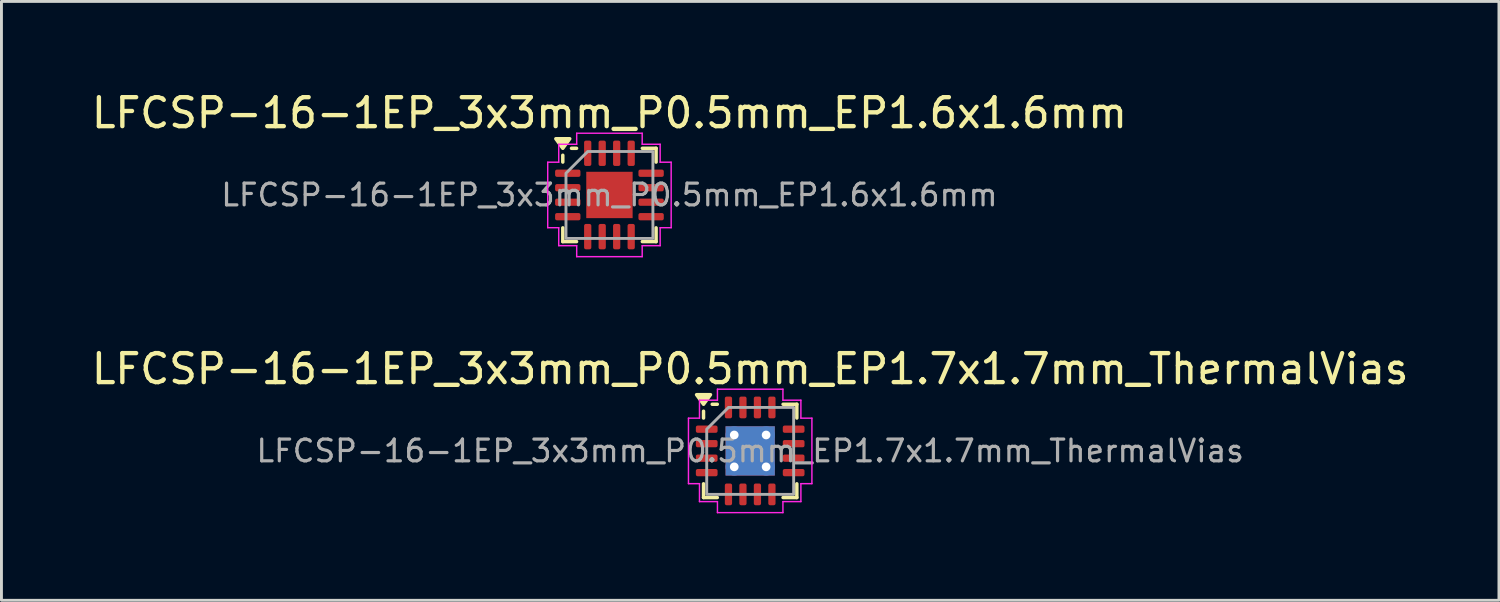
<source format=kicad_pcb>
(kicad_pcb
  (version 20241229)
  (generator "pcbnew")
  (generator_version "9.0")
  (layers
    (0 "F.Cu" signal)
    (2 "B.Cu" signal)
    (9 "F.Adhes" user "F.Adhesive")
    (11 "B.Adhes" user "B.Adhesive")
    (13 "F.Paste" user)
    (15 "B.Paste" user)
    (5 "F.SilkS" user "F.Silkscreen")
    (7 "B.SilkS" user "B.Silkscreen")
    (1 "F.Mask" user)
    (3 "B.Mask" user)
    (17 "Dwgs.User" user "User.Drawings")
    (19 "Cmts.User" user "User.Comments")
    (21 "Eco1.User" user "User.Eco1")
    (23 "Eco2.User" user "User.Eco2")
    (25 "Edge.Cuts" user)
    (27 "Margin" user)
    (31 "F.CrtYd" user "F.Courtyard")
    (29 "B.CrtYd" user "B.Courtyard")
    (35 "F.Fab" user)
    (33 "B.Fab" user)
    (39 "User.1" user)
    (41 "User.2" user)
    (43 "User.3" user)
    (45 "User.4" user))
  (footprint "LFCSP-16-1EP_3x3mm_P0.5mm_EP1.7x1.7mm_ThermalVias"
    (layer "F.Cu")
    (at 22.839 12.511)
    (property "Reference" "LFCSP-16-1EP_3x3mm_P0.5mm_EP1.7x1.7mm_ThermalVias" (at 0 -2.83 0) (layer "F.SilkS") (effects (font (size 1 1) (thickness 0.15))))
    (attr smd)
    (fp_line (start -1.61 -1.135) (end -1.61 -1.37) (stroke (width 0.12) (type solid)) (layer "F.SilkS"))
    (fp_line (start -1.61 1.61) (end -1.61 1.135) (stroke (width 0.12) (type solid)) (layer "F.SilkS"))
    (fp_line (start -1.135 -1.61) (end -1.31 -1.61) (stroke (width 0.12) (type solid)) (layer "F.SilkS"))
    (fp_line (start -1.135 1.61) (end -1.61 1.61) (stroke (width 0.12) (type solid)) (layer "F.SilkS"))
    (fp_line (start 1.135 -1.61) (end 1.61 -1.61) (stroke (width 0.12) (type solid)) (layer "F.SilkS"))
    (fp_line (start 1.135 1.61) (end 1.61 1.61) (stroke (width 0.12) (type solid)) (layer "F.SilkS"))
    (fp_line (start 1.61 -1.61) (end 1.61 -1.135) (stroke (width 0.12) (type solid)) (layer "F.SilkS"))
    (fp_line (start 1.61 1.61) (end 1.61 1.135) (stroke (width 0.12) (type solid)) (layer "F.SilkS"))
    (fp_poly (pts (xy -1.61 -1.61) (xy -1.85 -1.94) (xy -1.37 -1.94)) (stroke (width 0.12) (type solid)) (fill yes) (layer "F.SilkS"))
    (fp_line (start -2.13 -1.13) (end -1.75 -1.13) (stroke (width 0.05) (type solid)) (layer "F.CrtYd"))
    (fp_line (start -2.13 1.13) (end -2.13 -1.13) (stroke (width 0.05) (type solid)) (layer "F.CrtYd"))
    (fp_line (start -1.75 -1.75) (end -1.13 -1.75) (stroke (width 0.05) (type solid)) (layer "F.CrtYd"))
    (fp_line (start -1.75 -1.13) (end -1.75 -1.75) (stroke (width 0.05) (type solid)) (layer "F.CrtYd"))
    (fp_line (start -1.75 1.13) (end -2.13 1.13) (stroke (width 0.05) (type solid)) (layer "F.CrtYd"))
    (fp_line (start -1.75 1.75) (end -1.75 1.13) (stroke (width 0.05) (type solid)) (layer "F.CrtYd"))
    (fp_line (start -1.13 -2.13) (end 1.13 -2.13) (stroke (width 0.05) (type solid)) (layer "F.CrtYd"))
    (fp_line (start -1.13 -1.75) (end -1.13 -2.13) (stroke (width 0.05) (type solid)) (layer "F.CrtYd"))
    (fp_line (start -1.13 1.75) (end -1.75 1.75) (stroke (width 0.05) (type solid)) (layer "F.CrtYd"))
    (fp_line (start -1.13 2.13) (end -1.13 1.75) (stroke (width 0.05) (type solid)) (layer "F.CrtYd"))
    (fp_line (start 1.13 -2.13) (end 1.13 -1.75) (stroke (width 0.05) (type solid)) (layer "F.CrtYd"))
    (fp_line (start 1.13 -1.75) (end 1.75 -1.75) (stroke (width 0.05) (type solid)) (layer "F.CrtYd"))
    (fp_line (start 1.13 1.75) (end 1.13 2.13) (stroke (width 0.05) (type solid)) (layer "F.CrtYd"))
    (fp_line (start 1.13 2.13) (end -1.13 2.13) (stroke (width 0.05) (type solid)) (layer "F.CrtYd"))
    (fp_line (start 1.75 -1.75) (end 1.75 -1.13) (stroke (width 0.05) (type solid)) (layer "F.CrtYd"))
    (fp_line (start 1.75 -1.13) (end 2.13 -1.13) (stroke (width 0.05) (type solid)) (layer "F.CrtYd"))
    (fp_line (start 1.75 1.13) (end 1.75 1.75) (stroke (width 0.05) (type solid)) (layer "F.CrtYd"))
    (fp_line (start 1.75 1.75) (end 1.13 1.75) (stroke (width 0.05) (type solid)) (layer "F.CrtYd"))
    (fp_line (start 2.13 -1.13) (end 2.13 1.13) (stroke (width 0.05) (type solid)) (layer "F.CrtYd"))
    (fp_line (start 2.13 1.13) (end 1.75 1.13) (stroke (width 0.05) (type solid)) (layer "F.CrtYd"))
    (fp_poly (pts (xy -1.5 -0.75) (xy -1.5 1.5) (xy 1.5 1.5) (xy 1.5 -1.5) (xy -0.75 -1.5)) (stroke (width 0.1) (type solid)) (fill no) (layer "F.Fab"))
    (fp_text user "${REFERENCE}" (at 0 0 0) (layer "F.Fab") (effects (font (size 0.75 0.75) (thickness 0.11))))
    (pad "" smd roundrect (at -0.425 -0.425) (size 0.74 0.74) (layers "F.Paste") (roundrect_rratio 0.25))
    (pad "" smd roundrect (at -0.425 0.425) (size 0.74 0.74) (layers "F.Paste") (roundrect_rratio 0.25))
    (pad "" smd roundrect (at 0.425 -0.425) (size 0.74 0.74) (layers "F.Paste") (roundrect_rratio 0.25))
    (pad "" smd roundrect (at 0.425 0.425) (size 0.74 0.74) (layers "F.Paste") (roundrect_rratio 0.25))
    (pad "1" smd roundrect (at -1.5 -0.75) (size 0.75 0.25) (layers "F.Cu" "F.Mask" "F.Paste") (roundrect_rratio 0.25))
    (pad "2" smd roundrect (at -1.5 -0.25) (size 0.75 0.25) (layers "F.Cu" "F.Mask" "F.Paste") (roundrect_rratio 0.25))
    (pad "3" smd roundrect (at -1.5 0.25) (size 0.75 0.25) (layers "F.Cu" "F.Mask" "F.Paste") (roundrect_rratio 0.25))
    (pad "4" smd roundrect (at -1.5 0.75) (size 0.75 0.25) (layers "F.Cu" "F.Mask" "F.Paste") (roundrect_rratio 0.25))
    (pad "5" smd roundrect (at -0.75 1.5) (size 0.25 0.75) (layers "F.Cu" "F.Mask" "F.Paste") (roundrect_rratio 0.25))
    (pad "6" smd roundrect (at -0.25 1.5) (size 0.25 0.75) (layers "F.Cu" "F.Mask" "F.Paste") (roundrect_rratio 0.25))
    (pad "7" smd roundrect (at 0.25 1.5) (size 0.25 0.75) (layers "F.Cu" "F.Mask" "F.Paste") (roundrect_rratio 0.25))
    (pad "8" smd roundrect (at 0.75 1.5) (size 0.25 0.75) (layers "F.Cu" "F.Mask" "F.Paste") (roundrect_rratio 0.25))
    (pad "9" smd roundrect (at 1.5 0.75) (size 0.75 0.25) (layers "F.Cu" "F.Mask" "F.Paste") (roundrect_rratio 0.25))
    (pad "10" smd roundrect (at 1.5 0.25) (size 0.75 0.25) (layers "F.Cu" "F.Mask" "F.Paste") (roundrect_rratio 0.25))
    (pad "11" smd roundrect (at 1.5 -0.25) (size 0.75 0.25) (layers "F.Cu" "F.Mask" "F.Paste") (roundrect_rratio 0.25))
    (pad "12" smd roundrect (at 1.5 -0.75) (size 0.75 0.25) (layers "F.Cu" "F.Mask" "F.Paste") (roundrect_rratio 0.25))
    (pad "13" smd roundrect (at 0.75 -1.5) (size 0.25 0.75) (layers "F.Cu" "F.Mask" "F.Paste") (roundrect_rratio 0.25))
    (pad "14" smd roundrect (at 0.25 -1.5) (size 0.25 0.75) (layers "F.Cu" "F.Mask" "F.Paste") (roundrect_rratio 0.25))
    (pad "15" smd roundrect (at -0.25 -1.5) (size 0.25 0.75) (layers "F.Cu" "F.Mask" "F.Paste") (roundrect_rratio 0.25))
    (pad "16" smd roundrect (at -0.75 -1.5) (size 0.25 0.75) (layers "F.Cu" "F.Mask" "F.Paste") (roundrect_rratio 0.25))
    (pad "17" thru_hole circle (at -0.55 -0.55) (size 0.6 0.6) (drill 0.3) (property pad_prop_heatsink) (layers "*.Cu"))
    (pad "17" thru_hole circle (at -0.55 0.55) (size 0.6 0.6) (drill 0.3) (property pad_prop_heatsink) (layers "*.Cu"))
    (pad "17" smd rect (at 0 0) (size 1.7 1.7) (property pad_prop_heatsink) (layers "F.Cu" "F.Mask"))
    (pad "17" smd rect (at 0 0) (size 1.7 1.7) (property pad_prop_heatsink) (layers "B.Cu"))
    (pad "17" thru_hole circle (at 0.55 -0.55) (size 0.6 0.6) (drill 0.3) (property pad_prop_heatsink) (layers "*.Cu"))
    (pad "17" thru_hole circle (at 0.55 0.55) (size 0.6 0.6) (drill 0.3) (property pad_prop_heatsink) (layers "*.Cu")))
  (footprint "LFCSP-16-1EP_3x3mm_P0.5mm_EP1.6x1.6mm"
    (layer "F.Cu")
    (at 17.982 3.678)
    (property "Reference" "LFCSP-16-1EP_3x3mm_P0.5mm_EP1.6x1.6mm" (at 0 -2.83 0) (layer "F.SilkS") (effects (font (size 1 1) (thickness 0.15))))
    (attr smd)
    (fp_line (start -1.61 -1.135) (end -1.61 -1.37) (stroke (width 0.12) (type solid)) (layer "F.SilkS"))
    (fp_line (start -1.61 1.61) (end -1.61 1.135) (stroke (width 0.12) (type solid)) (layer "F.SilkS"))
    (fp_line (start -1.135 -1.61) (end -1.31 -1.61) (stroke (width 0.12) (type solid)) (layer "F.SilkS"))
    (fp_line (start -1.135 1.61) (end -1.61 1.61) (stroke (width 0.12) (type solid)) (layer "F.SilkS"))
    (fp_line (start 1.135 -1.61) (end 1.61 -1.61) (stroke (width 0.12) (type solid)) (layer "F.SilkS"))
    (fp_line (start 1.135 1.61) (end 1.61 1.61) (stroke (width 0.12) (type solid)) (layer "F.SilkS"))
    (fp_line (start 1.61 -1.61) (end 1.61 -1.135) (stroke (width 0.12) (type solid)) (layer "F.SilkS"))
    (fp_line (start 1.61 1.61) (end 1.61 1.135) (stroke (width 0.12) (type solid)) (layer "F.SilkS"))
    (fp_poly (pts (xy -1.61 -1.61) (xy -1.85 -1.94) (xy -1.37 -1.94)) (stroke (width 0.12) (type solid)) (fill yes) (layer "F.SilkS"))
    (fp_line (start -2.13 -1.13) (end -1.75 -1.13) (stroke (width 0.05) (type solid)) (layer "F.CrtYd"))
    (fp_line (start -2.13 1.13) (end -2.13 -1.13) (stroke (width 0.05) (type solid)) (layer "F.CrtYd"))
    (fp_line (start -1.75 -1.75) (end -1.13 -1.75) (stroke (width 0.05) (type solid)) (layer "F.CrtYd"))
    (fp_line (start -1.75 -1.13) (end -1.75 -1.75) (stroke (width 0.05) (type solid)) (layer "F.CrtYd"))
    (fp_line (start -1.75 1.13) (end -2.13 1.13) (stroke (width 0.05) (type solid)) (layer "F.CrtYd"))
    (fp_line (start -1.75 1.75) (end -1.75 1.13) (stroke (width 0.05) (type solid)) (layer "F.CrtYd"))
    (fp_line (start -1.13 -2.13) (end 1.13 -2.13) (stroke (width 0.05) (type solid)) (layer "F.CrtYd"))
    (fp_line (start -1.13 -1.75) (end -1.13 -2.13) (stroke (width 0.05) (type solid)) (layer "F.CrtYd"))
    (fp_line (start -1.13 1.75) (end -1.75 1.75) (stroke (width 0.05) (type solid)) (layer "F.CrtYd"))
    (fp_line (start -1.13 2.13) (end -1.13 1.75) (stroke (width 0.05) (type solid)) (layer "F.CrtYd"))
    (fp_line (start 1.13 -2.13) (end 1.13 -1.75) (stroke (width 0.05) (type solid)) (layer "F.CrtYd"))
    (fp_line (start 1.13 -1.75) (end 1.75 -1.75) (stroke (width 0.05) (type solid)) (layer "F.CrtYd"))
    (fp_line (start 1.13 1.75) (end 1.13 2.13) (stroke (width 0.05) (type solid)) (layer "F.CrtYd"))
    (fp_line (start 1.13 2.13) (end -1.13 2.13) (stroke (width 0.05) (type solid)) (layer "F.CrtYd"))
    (fp_line (start 1.75 -1.75) (end 1.75 -1.13) (stroke (width 0.05) (type solid)) (layer "F.CrtYd"))
    (fp_line (start 1.75 -1.13) (end 2.13 -1.13) (stroke (width 0.05) (type solid)) (layer "F.CrtYd"))
    (fp_line (start 1.75 1.13) (end 1.75 1.75) (stroke (width 0.05) (type solid)) (layer "F.CrtYd"))
    (fp_line (start 1.75 1.75) (end 1.13 1.75) (stroke (width 0.05) (type solid)) (layer "F.CrtYd"))
    (fp_line (start 2.13 -1.13) (end 2.13 1.13) (stroke (width 0.05) (type solid)) (layer "F.CrtYd"))
    (fp_line (start 2.13 1.13) (end 1.75 1.13) (stroke (width 0.05) (type solid)) (layer "F.CrtYd"))
    (fp_poly (pts (xy -1.5 -0.75) (xy -1.5 1.5) (xy 1.5 1.5) (xy 1.5 -1.5) (xy -0.75 -1.5)) (stroke (width 0.1) (type solid)) (fill no) (layer "F.Fab"))
    (fp_text user "${REFERENCE}" (at 0 0 0) (layer "F.Fab") (effects (font (size 0.75 0.75) (thickness 0.11))))
    (pad "" smd roundrect (at -0.4 -0.4) (size 0.64 0.64) (layers "F.Paste") (roundrect_rratio 0.25))
    (pad "" smd roundrect (at -0.4 0.4) (size 0.64 0.64) (layers "F.Paste") (roundrect_rratio 0.25))
    (pad "" smd roundrect (at 0.4 -0.4) (size 0.64 0.64) (layers "F.Paste") (roundrect_rratio 0.25))
    (pad "" smd roundrect (at 0.4 0.4) (size 0.64 0.64) (layers "F.Paste") (roundrect_rratio 0.25))
    (pad "1" smd roundrect (at -1.438 -0.75) (size 0.875 0.25) (layers "F.Cu" "F.Mask" "F.Paste") (roundrect_rratio 0.25))
    (pad "2" smd roundrect (at -1.438 -0.25) (size 0.875 0.25) (layers "F.Cu" "F.Mask" "F.Paste") (roundrect_rratio 0.25))
    (pad "3" smd roundrect (at -1.438 0.25) (size 0.875 0.25) (layers "F.Cu" "F.Mask" "F.Paste") (roundrect_rratio 0.25))
    (pad "4" smd roundrect (at -1.438 0.75) (size 0.875 0.25) (layers "F.Cu" "F.Mask" "F.Paste") (roundrect_rratio 0.25))
    (pad "5" smd roundrect (at -0.75 1.438) (size 0.25 0.875) (layers "F.Cu" "F.Mask" "F.Paste") (roundrect_rratio 0.25))
    (pad "6" smd roundrect (at -0.25 1.438) (size 0.25 0.875) (layers "F.Cu" "F.Mask" "F.Paste") (roundrect_rratio 0.25))
    (pad "7" smd roundrect (at 0.25 1.438) (size 0.25 0.875) (layers "F.Cu" "F.Mask" "F.Paste") (roundrect_rratio 0.25))
    (pad "8" smd roundrect (at 0.75 1.438) (size 0.25 0.875) (layers "F.Cu" "F.Mask" "F.Paste") (roundrect_rratio 0.25))
    (pad "9" smd roundrect (at 1.438 0.75) (size 0.875 0.25) (layers "F.Cu" "F.Mask" "F.Paste") (roundrect_rratio 0.25))
    (pad "10" smd roundrect (at 1.438 0.25) (size 0.875 0.25) (layers "F.Cu" "F.Mask" "F.Paste") (roundrect_rratio 0.25))
    (pad "11" smd roundrect (at 1.438 -0.25) (size 0.875 0.25) (layers "F.Cu" "F.Mask" "F.Paste") (roundrect_rratio 0.25))
    (pad "12" smd roundrect (at 1.438 -0.75) (size 0.875 0.25) (layers "F.Cu" "F.Mask" "F.Paste") (roundrect_rratio 0.25))
    (pad "13" smd roundrect (at 0.75 -1.438) (size 0.25 0.875) (layers "F.Cu" "F.Mask" "F.Paste") (roundrect_rratio 0.25))
    (pad "14" smd roundrect (at 0.25 -1.438) (size 0.25 0.875) (layers "F.Cu" "F.Mask" "F.Paste") (roundrect_rratio 0.25))
    (pad "15" smd roundrect (at -0.25 -1.438) (size 0.25 0.875) (layers "F.Cu" "F.Mask" "F.Paste") (roundrect_rratio 0.25))
    (pad "16" smd roundrect (at -0.75 -1.438) (size 0.25 0.875) (layers "F.Cu" "F.Mask" "F.Paste") (roundrect_rratio 0.25))
    (pad "17" smd rect (at 0 0) (size 1.6 1.6) (property pad_prop_heatsink) (layers "F.Cu" "F.Mask")))
  (gr_rect
    (start -3 -3)
    (end 48.679 17.666)
    (stroke (width 0.1) (type default))
    (fill no)
    (layer "Edge.Cuts")))
</source>
